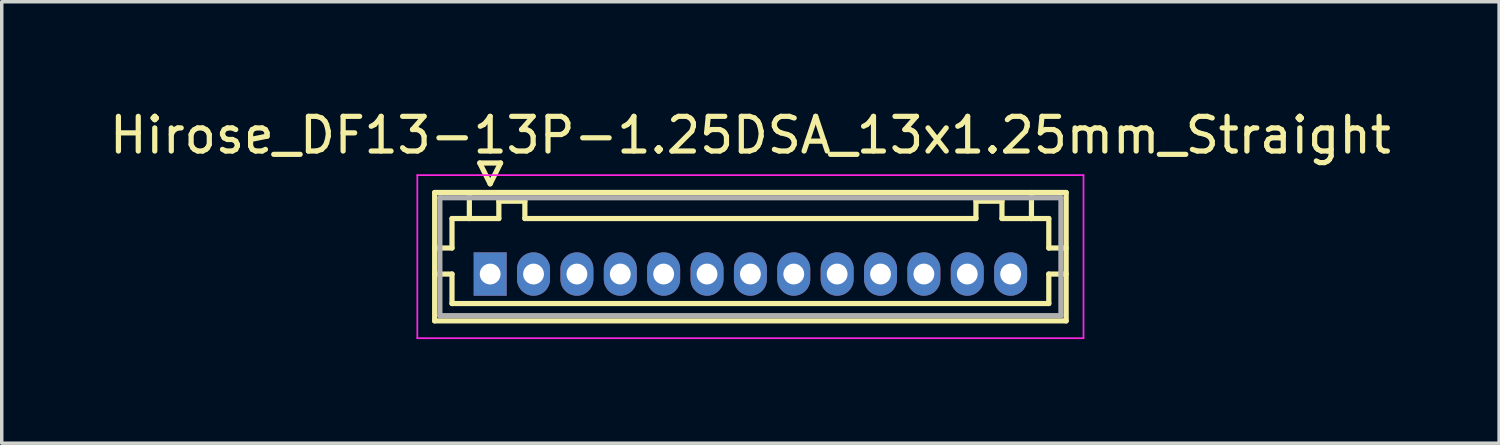
<source format=kicad_pcb>
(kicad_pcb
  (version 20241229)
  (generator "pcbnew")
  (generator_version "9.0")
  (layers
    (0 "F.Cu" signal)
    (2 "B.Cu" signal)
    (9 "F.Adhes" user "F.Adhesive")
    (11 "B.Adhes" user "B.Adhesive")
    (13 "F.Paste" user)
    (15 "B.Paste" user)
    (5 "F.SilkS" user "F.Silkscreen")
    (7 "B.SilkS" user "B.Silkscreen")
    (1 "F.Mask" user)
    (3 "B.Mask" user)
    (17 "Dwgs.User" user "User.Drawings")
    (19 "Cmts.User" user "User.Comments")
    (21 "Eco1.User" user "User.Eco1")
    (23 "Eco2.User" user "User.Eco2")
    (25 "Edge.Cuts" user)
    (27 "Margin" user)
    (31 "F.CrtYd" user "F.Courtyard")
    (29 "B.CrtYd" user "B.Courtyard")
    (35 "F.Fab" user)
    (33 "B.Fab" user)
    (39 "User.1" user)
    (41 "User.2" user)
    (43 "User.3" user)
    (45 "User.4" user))
  (footprint "Hirose_DF13-13P-1.25DSA_13x1.25mm_Straight"
    (layer "F.Cu")
    (at 11.077 4.848)
    (property "Reference" "Hirose_DF13-13P-1.25DSA_13x1.25mm_Straight" (at 7.5 -4 0) (layer "F.SilkS") (effects (font (size 1 1) (thickness 0.15))))
    (attr through_hole)
    (fp_line (start -1.6 -2.35) (end -1.6 1.35) (stroke (width 0.15) (type solid)) (layer "F.SilkS"))
    (fp_line (start -1.6 -0.75) (end -1.1 -0.75) (stroke (width 0.15) (type solid)) (layer "F.SilkS"))
    (fp_line (start -1.6 0) (end -1.1 0) (stroke (width 0.15) (type solid)) (layer "F.SilkS"))
    (fp_line (start -1.6 1.35) (end 16.6 1.35) (stroke (width 0.15) (type solid)) (layer "F.SilkS"))
    (fp_line (start -1.1 -1.6) (end -0.6 -1.6) (stroke (width 0.15) (type solid)) (layer "F.SilkS"))
    (fp_line (start -1.1 -0.75) (end -1.1 -1.6) (stroke (width 0.15) (type solid)) (layer "F.SilkS"))
    (fp_line (start -1.1 0) (end -1.1 0.85) (stroke (width 0.15) (type solid)) (layer "F.SilkS"))
    (fp_line (start -1.1 0.85) (end 16.1 0.85) (stroke (width 0.15) (type solid)) (layer "F.SilkS"))
    (fp_line (start -0.6 -1.6) (end -0.6 -2.35) (stroke (width 0.15) (type solid)) (layer "F.SilkS"))
    (fp_line (start -0.6 -1.6) (end 0.25 -1.6) (stroke (width 0.15) (type solid)) (layer "F.SilkS"))
    (fp_line (start -0.3 -3.2) (end 0.3 -3.2) (stroke (width 0.15) (type solid)) (layer "F.SilkS"))
    (fp_line (start 0 -2.6) (end -0.3 -3.2) (stroke (width 0.15) (type solid)) (layer "F.SilkS"))
    (fp_line (start 0.25 -2.1) (end 1 -2.1) (stroke (width 0.15) (type solid)) (layer "F.SilkS"))
    (fp_line (start 0.25 -1.6) (end 0.25 -2.1) (stroke (width 0.15) (type solid)) (layer "F.SilkS"))
    (fp_line (start 0.3 -3.2) (end 0 -2.6) (stroke (width 0.15) (type solid)) (layer "F.SilkS"))
    (fp_line (start 1 -2.1) (end 1 -1.6) (stroke (width 0.15) (type solid)) (layer "F.SilkS"))
    (fp_line (start 1 -1.6) (end 14 -1.6) (stroke (width 0.15) (type solid)) (layer "F.SilkS"))
    (fp_line (start 14 -2.1) (end 14.75 -2.1) (stroke (width 0.15) (type solid)) (layer "F.SilkS"))
    (fp_line (start 14 -1.6) (end 14 -2.1) (stroke (width 0.15) (type solid)) (layer "F.SilkS"))
    (fp_line (start 14.75 -2.1) (end 14.75 -1.6) (stroke (width 0.15) (type solid)) (layer "F.SilkS"))
    (fp_line (start 14.75 -1.6) (end 15.6 -1.6) (stroke (width 0.15) (type solid)) (layer "F.SilkS"))
    (fp_line (start 15.6 -1.6) (end 15.6 -2.35) (stroke (width 0.15) (type solid)) (layer "F.SilkS"))
    (fp_line (start 16.1 -1.6) (end 15.6 -1.6) (stroke (width 0.15) (type solid)) (layer "F.SilkS"))
    (fp_line (start 16.1 -0.75) (end 16.1 -1.6) (stroke (width 0.15) (type solid)) (layer "F.SilkS"))
    (fp_line (start 16.1 0) (end 16.6 0) (stroke (width 0.15) (type solid)) (layer "F.SilkS"))
    (fp_line (start 16.1 0.85) (end 16.1 0) (stroke (width 0.15) (type solid)) (layer "F.SilkS"))
    (fp_line (start 16.6 -2.35) (end -1.6 -2.35) (stroke (width 0.15) (type solid)) (layer "F.SilkS"))
    (fp_line (start 16.6 -0.75) (end 16.1 -0.75) (stroke (width 0.15) (type solid)) (layer "F.SilkS"))
    (fp_line (start 16.6 1.35) (end 16.6 -2.35) (stroke (width 0.15) (type solid)) (layer "F.SilkS"))
    (fp_line (start -2.1 -2.85) (end -2.1 1.85) (stroke (width 0.05) (type solid)) (layer "F.CrtYd"))
    (fp_line (start -2.1 1.85) (end 17.1 1.85) (stroke (width 0.05) (type solid)) (layer "F.CrtYd"))
    (fp_line (start 17.1 -2.85) (end -2.1 -2.85) (stroke (width 0.05) (type solid)) (layer "F.CrtYd"))
    (fp_line (start 17.1 1.85) (end 17.1 -2.85) (stroke (width 0.05) (type solid)) (layer "F.CrtYd"))
    (fp_line (start -1.45 -2.2) (end -1.45 1.2) (stroke (width 0.15) (type solid)) (layer "F.Fab"))
    (fp_line (start -1.45 1.2) (end 16.45 1.2) (stroke (width 0.15) (type solid)) (layer "F.Fab"))
    (fp_line (start 16.45 -2.2) (end -1.45 -2.2) (stroke (width 0.15) (type solid)) (layer "F.Fab"))
    (fp_line (start 16.45 1.2) (end 16.45 -2.2) (stroke (width 0.15) (type solid)) (layer "F.Fab"))
    (pad "1" thru_hole rect (at 0 0) (size 0.95 1.25) (drill 0.6) (layers "*.Cu" "*.Mask"))
    (pad "2" thru_hole oval (at 1.25 0) (size 0.95 1.25) (drill 0.6) (layers "*.Cu" "*.Mask"))
    (pad "3" thru_hole oval (at 2.5 0) (size 0.95 1.25) (drill 0.6) (layers "*.Cu" "*.Mask"))
    (pad "4" thru_hole oval (at 3.75 0) (size 0.95 1.25) (drill 0.6) (layers "*.Cu" "*.Mask"))
    (pad "5" thru_hole oval (at 5 0) (size 0.95 1.25) (drill 0.6) (layers "*.Cu" "*.Mask"))
    (pad "6" thru_hole oval (at 6.25 0) (size 0.95 1.25) (drill 0.6) (layers "*.Cu" "*.Mask"))
    (pad "7" thru_hole oval (at 7.5 0) (size 0.95 1.25) (drill 0.6) (layers "*.Cu" "*.Mask"))
    (pad "8" thru_hole oval (at 8.75 0) (size 0.95 1.25) (drill 0.6) (layers "*.Cu" "*.Mask"))
    (pad "9" thru_hole oval (at 10 0) (size 0.95 1.25) (drill 0.6) (layers "*.Cu" "*.Mask"))
    (pad "10" thru_hole oval (at 11.25 0) (size 0.95 1.25) (drill 0.6) (layers "*.Cu" "*.Mask"))
    (pad "11" thru_hole oval (at 12.5 0) (size 0.95 1.25) (drill 0.6) (layers "*.Cu" "*.Mask"))
    (pad "12" thru_hole oval (at 13.75 0) (size 0.95 1.25) (drill 0.6) (layers "*.Cu" "*.Mask"))
    (pad "13" thru_hole oval (at 15 0) (size 0.95 1.25) (drill 0.6) (layers "*.Cu" "*.Mask")))
  (gr_rect
    (start -3 -3)
    (end 40.155 9.723)
    (stroke (width 0.1) (type default))
    (fill no)
    (layer "Edge.Cuts")))
</source>
